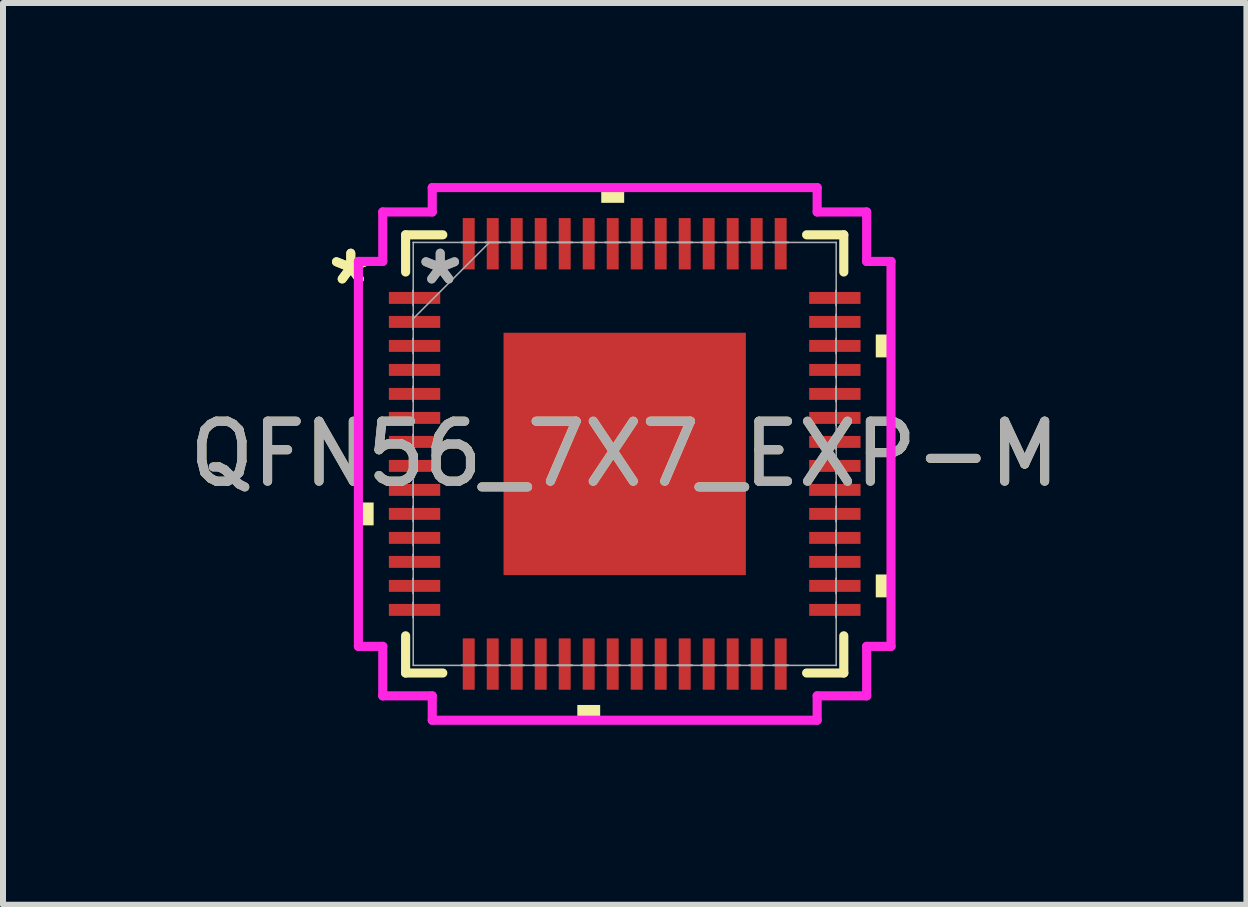
<source format=kicad_pcb>
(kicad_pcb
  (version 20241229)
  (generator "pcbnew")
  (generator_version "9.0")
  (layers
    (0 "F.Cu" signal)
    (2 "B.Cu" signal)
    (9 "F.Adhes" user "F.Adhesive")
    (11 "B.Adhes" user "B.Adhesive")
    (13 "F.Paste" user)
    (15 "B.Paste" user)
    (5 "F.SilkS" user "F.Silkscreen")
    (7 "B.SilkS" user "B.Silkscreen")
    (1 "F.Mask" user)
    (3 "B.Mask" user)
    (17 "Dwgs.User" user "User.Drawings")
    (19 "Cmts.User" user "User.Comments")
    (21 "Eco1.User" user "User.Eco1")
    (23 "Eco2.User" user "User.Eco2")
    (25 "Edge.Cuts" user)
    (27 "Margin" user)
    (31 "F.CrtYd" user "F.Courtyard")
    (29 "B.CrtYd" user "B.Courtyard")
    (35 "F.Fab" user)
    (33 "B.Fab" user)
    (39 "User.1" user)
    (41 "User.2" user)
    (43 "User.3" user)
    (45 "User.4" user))
  (footprint "QFN56_7X7_EXP-M"
    (layer "F.Cu")
    (at 7.363 4.516)
    (property "Reference" "QFN56_7X7_EXP-M" (at 0 0 0) (unlocked yes) (layer "F.SilkS") (effects (font (size 1 1) (thickness 0.15))))
    (attr smd)
    (fp_line (start -3.652 -3.652) (end -3.652 -3.032) (stroke (width 0.152) (type solid)) (layer "F.SilkS"))
    (fp_line (start -3.652 3.032) (end -3.652 3.652) (stroke (width 0.152) (type solid)) (layer "F.SilkS"))
    (fp_line (start -3.652 3.652) (end -3.032 3.652) (stroke (width 0.152) (type solid)) (layer "F.SilkS"))
    (fp_line (start -3.032 -3.652) (end -3.652 -3.652) (stroke (width 0.152) (type solid)) (layer "F.SilkS"))
    (fp_line (start 3.032 3.652) (end 3.652 3.652) (stroke (width 0.152) (type solid)) (layer "F.SilkS"))
    (fp_line (start 3.652 -3.652) (end 3.032 -3.652) (stroke (width 0.152) (type solid)) (layer "F.SilkS"))
    (fp_line (start 3.652 -3.032) (end 3.652 -3.652) (stroke (width 0.152) (type solid)) (layer "F.SilkS"))
    (fp_line (start 3.652 3.652) (end 3.652 3.032) (stroke (width 0.152) (type solid)) (layer "F.SilkS"))
    (fp_poly (pts (xy -4.439 0.81) (xy -4.439 1.191) (xy -4.185 1.191) (xy -4.185 0.81)) (stroke (width 0) (type solid)) (fill yes) (layer "F.SilkS"))
    (fp_poly (pts (xy -0.79 4.185) (xy -0.79 4.439) (xy -0.409 4.439) (xy -0.409 4.185)) (stroke (width 0) (type solid)) (fill yes) (layer "F.SilkS"))
    (fp_poly (pts (xy -0.391 -4.185) (xy -0.391 -4.439) (xy -0.009 -4.439) (xy -0.009 -4.185)) (stroke (width 0) (type solid)) (fill yes) (layer "F.SilkS"))
    (fp_poly (pts (xy 4.439 -1.99) (xy 4.439 -1.609) (xy 4.185 -1.609) (xy 4.185 -1.99)) (stroke (width 0) (type solid)) (fill yes) (layer "F.SilkS"))
    (fp_poly (pts (xy 4.439 2.01) (xy 4.439 2.391) (xy 4.185 2.391) (xy 4.185 2.01)) (stroke (width 0) (type solid)) (fill yes) (layer "F.SilkS"))
    (fp_poly (pts (xy -1.919 -1.919) (xy -1.919 -0.773) (xy -0.773 -0.773) (xy -0.773 -1.919)) (stroke (width 0) (type solid)) (fill yes) (layer "F.Paste"))
    (fp_poly (pts (xy -1.919 -0.573) (xy -1.919 0.573) (xy -0.773 0.573) (xy -0.773 -0.573)) (stroke (width 0) (type solid)) (fill yes) (layer "F.Paste"))
    (fp_poly (pts (xy -1.919 0.773) (xy -1.919 1.919) (xy -0.773 1.919) (xy -0.773 0.773)) (stroke (width 0) (type solid)) (fill yes) (layer "F.Paste"))
    (fp_poly (pts (xy -0.573 -1.919) (xy -0.573 -0.773) (xy 0.573 -0.773) (xy 0.573 -1.919)) (stroke (width 0) (type solid)) (fill yes) (layer "F.Paste"))
    (fp_poly (pts (xy -0.573 -0.573) (xy -0.573 0.573) (xy 0.573 0.573) (xy 0.573 -0.573)) (stroke (width 0) (type solid)) (fill yes) (layer "F.Paste"))
    (fp_poly (pts (xy -0.573 0.773) (xy -0.573 1.919) (xy 0.573 1.919) (xy 0.573 0.773)) (stroke (width 0) (type solid)) (fill yes) (layer "F.Paste"))
    (fp_poly (pts (xy 0.773 -1.919) (xy 0.773 -0.773) (xy 1.919 -0.773) (xy 1.919 -1.919)) (stroke (width 0) (type solid)) (fill yes) (layer "F.Paste"))
    (fp_poly (pts (xy 0.773 -0.573) (xy 0.773 0.573) (xy 1.919 0.573) (xy 1.919 -0.573)) (stroke (width 0) (type solid)) (fill yes) (layer "F.Paste"))
    (fp_poly (pts (xy 0.773 0.773) (xy 0.773 1.919) (xy 1.919 1.919) (xy 1.919 0.773)) (stroke (width 0) (type solid)) (fill yes) (layer "F.Paste"))
    (fp_line (start -4.439 -3.208) (end -4.033 -3.208) (stroke (width 0.152) (type solid)) (layer "F.CrtYd"))
    (fp_line (start -4.439 3.208) (end -4.439 -3.208) (stroke (width 0.152) (type solid)) (layer "F.CrtYd"))
    (fp_line (start -4.033 -4.033) (end -3.208 -4.033) (stroke (width 0.152) (type solid)) (layer "F.CrtYd"))
    (fp_line (start -4.033 -3.208) (end -4.033 -4.033) (stroke (width 0.152) (type solid)) (layer "F.CrtYd"))
    (fp_line (start -4.033 3.208) (end -4.439 3.208) (stroke (width 0.152) (type solid)) (layer "F.CrtYd"))
    (fp_line (start -4.033 4.033) (end -4.033 3.208) (stroke (width 0.152) (type solid)) (layer "F.CrtYd"))
    (fp_line (start -3.208 -4.439) (end 3.208 -4.439) (stroke (width 0.152) (type solid)) (layer "F.CrtYd"))
    (fp_line (start -3.208 -4.033) (end -3.208 -4.439) (stroke (width 0.152) (type solid)) (layer "F.CrtYd"))
    (fp_line (start -3.208 4.033) (end -4.033 4.033) (stroke (width 0.152) (type solid)) (layer "F.CrtYd"))
    (fp_line (start -3.208 4.439) (end -3.208 4.033) (stroke (width 0.152) (type solid)) (layer "F.CrtYd"))
    (fp_line (start 3.208 -4.439) (end 3.208 -4.033) (stroke (width 0.152) (type solid)) (layer "F.CrtYd"))
    (fp_line (start 3.208 -4.033) (end 4.033 -4.033) (stroke (width 0.152) (type solid)) (layer "F.CrtYd"))
    (fp_line (start 3.208 4.033) (end 3.208 4.439) (stroke (width 0.152) (type solid)) (layer "F.CrtYd"))
    (fp_line (start 3.208 4.439) (end -3.208 4.439) (stroke (width 0.152) (type solid)) (layer "F.CrtYd"))
    (fp_line (start 4.033 -4.033) (end 4.033 -3.208) (stroke (width 0.152) (type solid)) (layer "F.CrtYd"))
    (fp_line (start 4.033 -3.208) (end 4.439 -3.208) (stroke (width 0.152) (type solid)) (layer "F.CrtYd"))
    (fp_line (start 4.033 3.208) (end 4.033 4.033) (stroke (width 0.152) (type solid)) (layer "F.CrtYd"))
    (fp_line (start 4.033 4.033) (end 3.208 4.033) (stroke (width 0.152) (type solid)) (layer "F.CrtYd"))
    (fp_line (start 4.439 -3.208) (end 4.439 3.208) (stroke (width 0.152) (type solid)) (layer "F.CrtYd"))
    (fp_line (start 4.439 3.208) (end 4.033 3.208) (stroke (width 0.152) (type solid)) (layer "F.CrtYd"))
    (fp_line (start -3.525 -3.525) (end -3.525 -3.525) (stroke (width 0.025) (type solid)) (layer "F.Fab"))
    (fp_line (start -3.525 -3.525) (end -3.525 3.525) (stroke (width 0.025) (type solid)) (layer "F.Fab"))
    (fp_line (start -3.525 -2.725) (end -3.525 -2.725) (stroke (width 0.025) (type solid)) (layer "F.Fab"))
    (fp_line (start -3.525 -2.725) (end -3.525 -2.475) (stroke (width 0.025) (type solid)) (layer "F.Fab"))
    (fp_line (start -3.525 -2.475) (end -3.525 -2.725) (stroke (width 0.025) (type solid)) (layer "F.Fab"))
    (fp_line (start -3.525 -2.475) (end -3.525 -2.475) (stroke (width 0.025) (type solid)) (layer "F.Fab"))
    (fp_line (start -3.525 -2.325) (end -3.525 -2.325) (stroke (width 0.025) (type solid)) (layer "F.Fab"))
    (fp_line (start -3.525 -2.325) (end -3.525 -2.075) (stroke (width 0.025) (type solid)) (layer "F.Fab"))
    (fp_line (start -3.525 -2.255) (end -2.255 -3.525) (stroke (width 0.025) (type solid)) (layer "F.Fab"))
    (fp_line (start -3.525 -2.075) (end -3.525 -2.325) (stroke (width 0.025) (type solid)) (layer "F.Fab"))
    (fp_line (start -3.525 -2.075) (end -3.525 -2.075) (stroke (width 0.025) (type solid)) (layer "F.Fab"))
    (fp_line (start -3.525 -1.925) (end -3.525 -1.925) (stroke (width 0.025) (type solid)) (layer "F.Fab"))
    (fp_line (start -3.525 -1.925) (end -3.525 -1.675) (stroke (width 0.025) (type solid)) (layer "F.Fab"))
    (fp_line (start -3.525 -1.675) (end -3.525 -1.925) (stroke (width 0.025) (type solid)) (layer "F.Fab"))
    (fp_line (start -3.525 -1.675) (end -3.525 -1.675) (stroke (width 0.025) (type solid)) (layer "F.Fab"))
    (fp_line (start -3.525 -1.525) (end -3.525 -1.525) (stroke (width 0.025) (type solid)) (layer "F.Fab"))
    (fp_line (start -3.525 -1.525) (end -3.525 -1.275) (stroke (width 0.025) (type solid)) (layer "F.Fab"))
    (fp_line (start -3.525 -1.275) (end -3.525 -1.525) (stroke (width 0.025) (type solid)) (layer "F.Fab"))
    (fp_line (start -3.525 -1.275) (end -3.525 -1.275) (stroke (width 0.025) (type solid)) (layer "F.Fab"))
    (fp_line (start -3.525 -1.125) (end -3.525 -1.125) (stroke (width 0.025) (type solid)) (layer "F.Fab"))
    (fp_line (start -3.525 -1.125) (end -3.525 -0.875) (stroke (width 0.025) (type solid)) (layer "F.Fab"))
    (fp_line (start -3.525 -0.875) (end -3.525 -1.125) (stroke (width 0.025) (type solid)) (layer "F.Fab"))
    (fp_line (start -3.525 -0.875) (end -3.525 -0.875) (stroke (width 0.025) (type solid)) (layer "F.Fab"))
    (fp_line (start -3.525 -0.725) (end -3.525 -0.725) (stroke (width 0.025) (type solid)) (layer "F.Fab"))
    (fp_line (start -3.525 -0.725) (end -3.525 -0.475) (stroke (width 0.025) (type solid)) (layer "F.Fab"))
    (fp_line (start -3.525 -0.475) (end -3.525 -0.725) (stroke (width 0.025) (type solid)) (layer "F.Fab"))
    (fp_line (start -3.525 -0.475) (end -3.525 -0.475) (stroke (width 0.025) (type solid)) (layer "F.Fab"))
    (fp_line (start -3.525 -0.325) (end -3.525 -0.325) (stroke (width 0.025) (type solid)) (layer "F.Fab"))
    (fp_line (start -3.525 -0.325) (end -3.525 -0.075) (stroke (width 0.025) (type solid)) (layer "F.Fab"))
    (fp_line (start -3.525 -0.075) (end -3.525 -0.325) (stroke (width 0.025) (type solid)) (layer "F.Fab"))
    (fp_line (start -3.525 -0.075) (end -3.525 -0.075) (stroke (width 0.025) (type solid)) (layer "F.Fab"))
    (fp_line (start -3.525 0.075) (end -3.525 0.075) (stroke (width 0.025) (type solid)) (layer "F.Fab"))
    (fp_line (start -3.525 0.075) (end -3.525 0.325) (stroke (width 0.025) (type solid)) (layer "F.Fab"))
    (fp_line (start -3.525 0.325) (end -3.525 0.075) (stroke (width 0.025) (type solid)) (layer "F.Fab"))
    (fp_line (start -3.525 0.325) (end -3.525 0.325) (stroke (width 0.025) (type solid)) (layer "F.Fab"))
    (fp_line (start -3.525 0.475) (end -3.525 0.475) (stroke (width 0.025) (type solid)) (layer "F.Fab"))
    (fp_line (start -3.525 0.475) (end -3.525 0.725) (stroke (width 0.025) (type solid)) (layer "F.Fab"))
    (fp_line (start -3.525 0.725) (end -3.525 0.475) (stroke (width 0.025) (type solid)) (layer "F.Fab"))
    (fp_line (start -3.525 0.725) (end -3.525 0.725) (stroke (width 0.025) (type solid)) (layer "F.Fab"))
    (fp_line (start -3.525 0.875) (end -3.525 0.875) (stroke (width 0.025) (type solid)) (layer "F.Fab"))
    (fp_line (start -3.525 0.875) (end -3.525 1.125) (stroke (width 0.025) (type solid)) (layer "F.Fab"))
    (fp_line (start -3.525 1.125) (end -3.525 0.875) (stroke (width 0.025) (type solid)) (layer "F.Fab"))
    (fp_line (start -3.525 1.125) (end -3.525 1.125) (stroke (width 0.025) (type solid)) (layer "F.Fab"))
    (fp_line (start -3.525 1.275) (end -3.525 1.275) (stroke (width 0.025) (type solid)) (layer "F.Fab"))
    (fp_line (start -3.525 1.275) (end -3.525 1.525) (stroke (width 0.025) (type solid)) (layer "F.Fab"))
    (fp_line (start -3.525 1.525) (end -3.525 1.275) (stroke (width 0.025) (type solid)) (layer "F.Fab"))
    (fp_line (start -3.525 1.525) (end -3.525 1.525) (stroke (width 0.025) (type solid)) (layer "F.Fab"))
    (fp_line (start -3.525 1.675) (end -3.525 1.675) (stroke (width 0.025) (type solid)) (layer "F.Fab"))
    (fp_line (start -3.525 1.675) (end -3.525 1.925) (stroke (width 0.025) (type solid)) (layer "F.Fab"))
    (fp_line (start -3.525 1.925) (end -3.525 1.675) (stroke (width 0.025) (type solid)) (layer "F.Fab"))
    (fp_line (start -3.525 1.925) (end -3.525 1.925) (stroke (width 0.025) (type solid)) (layer "F.Fab"))
    (fp_line (start -3.525 2.075) (end -3.525 2.075) (stroke (width 0.025) (type solid)) (layer "F.Fab"))
    (fp_line (start -3.525 2.075) (end -3.525 2.325) (stroke (width 0.025) (type solid)) (layer "F.Fab"))
    (fp_line (start -3.525 2.325) (end -3.525 2.075) (stroke (width 0.025) (type solid)) (layer "F.Fab"))
    (fp_line (start -3.525 2.325) (end -3.525 2.325) (stroke (width 0.025) (type solid)) (layer "F.Fab"))
    (fp_line (start -3.525 2.475) (end -3.525 2.475) (stroke (width 0.025) (type solid)) (layer "F.Fab"))
    (fp_line (start -3.525 2.475) (end -3.525 2.725) (stroke (width 0.025) (type solid)) (layer "F.Fab"))
    (fp_line (start -3.525 2.725) (end -3.525 2.475) (stroke (width 0.025) (type solid)) (layer "F.Fab"))
    (fp_line (start -3.525 2.725) (end -3.525 2.725) (stroke (width 0.025) (type solid)) (layer "F.Fab"))
    (fp_line (start -3.525 3.525) (end -3.525 3.525) (stroke (width 0.025) (type solid)) (layer "F.Fab"))
    (fp_line (start -3.525 3.525) (end 3.525 3.525) (stroke (width 0.025) (type solid)) (layer "F.Fab"))
    (fp_line (start -2.725 -3.525) (end -2.725 -3.525) (stroke (width 0.025) (type solid)) (layer "F.Fab"))
    (fp_line (start -2.725 -3.525) (end -2.475 -3.525) (stroke (width 0.025) (type solid)) (layer "F.Fab"))
    (fp_line (start -2.725 3.525) (end -2.725 3.525) (stroke (width 0.025) (type solid)) (layer "F.Fab"))
    (fp_line (start -2.725 3.525) (end -2.475 3.525) (stroke (width 0.025) (type solid)) (layer "F.Fab"))
    (fp_line (start -2.475 -3.525) (end -2.725 -3.525) (stroke (width 0.025) (type solid)) (layer "F.Fab"))
    (fp_line (start -2.475 -3.525) (end -2.475 -3.525) (stroke (width 0.025) (type solid)) (layer "F.Fab"))
    (fp_line (start -2.475 3.525) (end -2.725 3.525) (stroke (width 0.025) (type solid)) (layer "F.Fab"))
    (fp_line (start -2.475 3.525) (end -2.475 3.525) (stroke (width 0.025) (type solid)) (layer "F.Fab"))
    (fp_line (start -2.325 -3.525) (end -2.325 -3.525) (stroke (width 0.025) (type solid)) (layer "F.Fab"))
    (fp_line (start -2.325 -3.525) (end -2.075 -3.525) (stroke (width 0.025) (type solid)) (layer "F.Fab"))
    (fp_line (start -2.325 3.525) (end -2.325 3.525) (stroke (width 0.025) (type solid)) (layer "F.Fab"))
    (fp_line (start -2.325 3.525) (end -2.075 3.525) (stroke (width 0.025) (type solid)) (layer "F.Fab"))
    (fp_line (start -2.075 -3.525) (end -2.325 -3.525) (stroke (width 0.025) (type solid)) (layer "F.Fab"))
    (fp_line (start -2.075 -3.525) (end -2.075 -3.525) (stroke (width 0.025) (type solid)) (layer "F.Fab"))
    (fp_line (start -2.075 3.525) (end -2.325 3.525) (stroke (width 0.025) (type solid)) (layer "F.Fab"))
    (fp_line (start -2.075 3.525) (end -2.075 3.525) (stroke (width 0.025) (type solid)) (layer "F.Fab"))
    (fp_line (start -1.925 -3.525) (end -1.925 -3.525) (stroke (width 0.025) (type solid)) (layer "F.Fab"))
    (fp_line (start -1.925 -3.525) (end -1.675 -3.525) (stroke (width 0.025) (type solid)) (layer "F.Fab"))
    (fp_line (start -1.925 3.525) (end -1.925 3.525) (stroke (width 0.025) (type solid)) (layer "F.Fab"))
    (fp_line (start -1.925 3.525) (end -1.675 3.525) (stroke (width 0.025) (type solid)) (layer "F.Fab"))
    (fp_line (start -1.675 -3.525) (end -1.925 -3.525) (stroke (width 0.025) (type solid)) (layer "F.Fab"))
    (fp_line (start -1.675 -3.525) (end -1.675 -3.525) (stroke (width 0.025) (type solid)) (layer "F.Fab"))
    (fp_line (start -1.675 3.525) (end -1.925 3.525) (stroke (width 0.025) (type solid)) (layer "F.Fab"))
    (fp_line (start -1.675 3.525) (end -1.675 3.525) (stroke (width 0.025) (type solid)) (layer "F.Fab"))
    (fp_line (start -1.525 -3.525) (end -1.525 -3.525) (stroke (width 0.025) (type solid)) (layer "F.Fab"))
    (fp_line (start -1.525 -3.525) (end -1.275 -3.525) (stroke (width 0.025) (type solid)) (layer "F.Fab"))
    (fp_line (start -1.525 3.525) (end -1.525 3.525) (stroke (width 0.025) (type solid)) (layer "F.Fab"))
    (fp_line (start -1.525 3.525) (end -1.275 3.525) (stroke (width 0.025) (type solid)) (layer "F.Fab"))
    (fp_line (start -1.275 -3.525) (end -1.525 -3.525) (stroke (width 0.025) (type solid)) (layer "F.Fab"))
    (fp_line (start -1.275 -3.525) (end -1.275 -3.525) (stroke (width 0.025) (type solid)) (layer "F.Fab"))
    (fp_line (start -1.275 3.525) (end -1.525 3.525) (stroke (width 0.025) (type solid)) (layer "F.Fab"))
    (fp_line (start -1.275 3.525) (end -1.275 3.525) (stroke (width 0.025) (type solid)) (layer "F.Fab"))
    (fp_line (start -1.125 -3.525) (end -1.125 -3.525) (stroke (width 0.025) (type solid)) (layer "F.Fab"))
    (fp_line (start -1.125 -3.525) (end -0.875 -3.525) (stroke (width 0.025) (type solid)) (layer "F.Fab"))
    (fp_line (start -1.125 3.525) (end -1.125 3.525) (stroke (width 0.025) (type solid)) (layer "F.Fab"))
    (fp_line (start -1.125 3.525) (end -0.875 3.525) (stroke (width 0.025) (type solid)) (layer "F.Fab"))
    (fp_line (start -0.875 -3.525) (end -1.125 -3.525) (stroke (width 0.025) (type solid)) (layer "F.Fab"))
    (fp_line (start -0.875 -3.525) (end -0.875 -3.525) (stroke (width 0.025) (type solid)) (layer "F.Fab"))
    (fp_line (start -0.875 3.525) (end -1.125 3.525) (stroke (width 0.025) (type solid)) (layer "F.Fab"))
    (fp_line (start -0.875 3.525) (end -0.875 3.525) (stroke (width 0.025) (type solid)) (layer "F.Fab"))
    (fp_line (start -0.725 -3.525) (end -0.725 -3.525) (stroke (width 0.025) (type solid)) (layer "F.Fab"))
    (fp_line (start -0.725 -3.525) (end -0.475 -3.525) (stroke (width 0.025) (type solid)) (layer "F.Fab"))
    (fp_line (start -0.725 3.525) (end -0.725 3.525) (stroke (width 0.025) (type solid)) (layer "F.Fab"))
    (fp_line (start -0.725 3.525) (end -0.475 3.525) (stroke (width 0.025) (type solid)) (layer "F.Fab"))
    (fp_line (start -0.475 -3.525) (end -0.725 -3.525) (stroke (width 0.025) (type solid)) (layer "F.Fab"))
    (fp_line (start -0.475 -3.525) (end -0.475 -3.525) (stroke (width 0.025) (type solid)) (layer "F.Fab"))
    (fp_line (start -0.475 3.525) (end -0.725 3.525) (stroke (width 0.025) (type solid)) (layer "F.Fab"))
    (fp_line (start -0.475 3.525) (end -0.475 3.525) (stroke (width 0.025) (type solid)) (layer "F.Fab"))
    (fp_line (start -0.325 -3.525) (end -0.325 -3.525) (stroke (width 0.025) (type solid)) (layer "F.Fab"))
    (fp_line (start -0.325 -3.525) (end -0.075 -3.525) (stroke (width 0.025) (type solid)) (layer "F.Fab"))
    (fp_line (start -0.325 3.525) (end -0.325 3.525) (stroke (width 0.025) (type solid)) (layer "F.Fab"))
    (fp_line (start -0.325 3.525) (end -0.075 3.525) (stroke (width 0.025) (type solid)) (layer "F.Fab"))
    (fp_line (start -0.075 -3.525) (end -0.325 -3.525) (stroke (width 0.025) (type solid)) (layer "F.Fab"))
    (fp_line (start -0.075 -3.525) (end -0.075 -3.525) (stroke (width 0.025) (type solid)) (layer "F.Fab"))
    (fp_line (start -0.075 3.525) (end -0.325 3.525) (stroke (width 0.025) (type solid)) (layer "F.Fab"))
    (fp_line (start -0.075 3.525) (end -0.075 3.525) (stroke (width 0.025) (type solid)) (layer "F.Fab"))
    (fp_line (start 0.075 -3.525) (end 0.075 -3.525) (stroke (width 0.025) (type solid)) (layer "F.Fab"))
    (fp_line (start 0.075 -3.525) (end 0.325 -3.525) (stroke (width 0.025) (type solid)) (layer "F.Fab"))
    (fp_line (start 0.075 3.525) (end 0.075 3.525) (stroke (width 0.025) (type solid)) (layer "F.Fab"))
    (fp_line (start 0.075 3.525) (end 0.325 3.525) (stroke (width 0.025) (type solid)) (layer "F.Fab"))
    (fp_line (start 0.325 -3.525) (end 0.075 -3.525) (stroke (width 0.025) (type solid)) (layer "F.Fab"))
    (fp_line (start 0.325 -3.525) (end 0.325 -3.525) (stroke (width 0.025) (type solid)) (layer "F.Fab"))
    (fp_line (start 0.325 3.525) (end 0.075 3.525) (stroke (width 0.025) (type solid)) (layer "F.Fab"))
    (fp_line (start 0.325 3.525) (end 0.325 3.525) (stroke (width 0.025) (type solid)) (layer "F.Fab"))
    (fp_line (start 0.475 -3.525) (end 0.475 -3.525) (stroke (width 0.025) (type solid)) (layer "F.Fab"))
    (fp_line (start 0.475 -3.525) (end 0.725 -3.525) (stroke (width 0.025) (type solid)) (layer "F.Fab"))
    (fp_line (start 0.475 3.525) (end 0.475 3.525) (stroke (width 0.025) (type solid)) (layer "F.Fab"))
    (fp_line (start 0.475 3.525) (end 0.725 3.525) (stroke (width 0.025) (type solid)) (layer "F.Fab"))
    (fp_line (start 0.725 -3.525) (end 0.475 -3.525) (stroke (width 0.025) (type solid)) (layer "F.Fab"))
    (fp_line (start 0.725 -3.525) (end 0.725 -3.525) (stroke (width 0.025) (type solid)) (layer "F.Fab"))
    (fp_line (start 0.725 3.525) (end 0.475 3.525) (stroke (width 0.025) (type solid)) (layer "F.Fab"))
    (fp_line (start 0.725 3.525) (end 0.725 3.525) (stroke (width 0.025) (type solid)) (layer "F.Fab"))
    (fp_line (start 0.875 -3.525) (end 0.875 -3.525) (stroke (width 0.025) (type solid)) (layer "F.Fab"))
    (fp_line (start 0.875 -3.525) (end 1.125 -3.525) (stroke (width 0.025) (type solid)) (layer "F.Fab"))
    (fp_line (start 0.875 3.525) (end 0.875 3.525) (stroke (width 0.025) (type solid)) (layer "F.Fab"))
    (fp_line (start 0.875 3.525) (end 1.125 3.525) (stroke (width 0.025) (type solid)) (layer "F.Fab"))
    (fp_line (start 1.125 -3.525) (end 0.875 -3.525) (stroke (width 0.025) (type solid)) (layer "F.Fab"))
    (fp_line (start 1.125 -3.525) (end 1.125 -3.525) (stroke (width 0.025) (type solid)) (layer "F.Fab"))
    (fp_line (start 1.125 3.525) (end 0.875 3.525) (stroke (width 0.025) (type solid)) (layer "F.Fab"))
    (fp_line (start 1.125 3.525) (end 1.125 3.525) (stroke (width 0.025) (type solid)) (layer "F.Fab"))
    (fp_line (start 1.275 -3.525) (end 1.275 -3.525) (stroke (width 0.025) (type solid)) (layer "F.Fab"))
    (fp_line (start 1.275 -3.525) (end 1.525 -3.525) (stroke (width 0.025) (type solid)) (layer "F.Fab"))
    (fp_line (start 1.275 3.525) (end 1.275 3.525) (stroke (width 0.025) (type solid)) (layer "F.Fab"))
    (fp_line (start 1.275 3.525) (end 1.525 3.525) (stroke (width 0.025) (type solid)) (layer "F.Fab"))
    (fp_line (start 1.525 -3.525) (end 1.275 -3.525) (stroke (width 0.025) (type solid)) (layer "F.Fab"))
    (fp_line (start 1.525 -3.525) (end 1.525 -3.525) (stroke (width 0.025) (type solid)) (layer "F.Fab"))
    (fp_line (start 1.525 3.525) (end 1.275 3.525) (stroke (width 0.025) (type solid)) (layer "F.Fab"))
    (fp_line (start 1.525 3.525) (end 1.525 3.525) (stroke (width 0.025) (type solid)) (layer "F.Fab"))
    (fp_line (start 1.675 -3.525) (end 1.675 -3.525) (stroke (width 0.025) (type solid)) (layer "F.Fab"))
    (fp_line (start 1.675 -3.525) (end 1.925 -3.525) (stroke (width 0.025) (type solid)) (layer "F.Fab"))
    (fp_line (start 1.675 3.525) (end 1.675 3.525) (stroke (width 0.025) (type solid)) (layer "F.Fab"))
    (fp_line (start 1.675 3.525) (end 1.925 3.525) (stroke (width 0.025) (type solid)) (layer "F.Fab"))
    (fp_line (start 1.925 -3.525) (end 1.675 -3.525) (stroke (width 0.025) (type solid)) (layer "F.Fab"))
    (fp_line (start 1.925 -3.525) (end 1.925 -3.525) (stroke (width 0.025) (type solid)) (layer "F.Fab"))
    (fp_line (start 1.925 3.525) (end 1.675 3.525) (stroke (width 0.025) (type solid)) (layer "F.Fab"))
    (fp_line (start 1.925 3.525) (end 1.925 3.525) (stroke (width 0.025) (type solid)) (layer "F.Fab"))
    (fp_line (start 2.075 -3.525) (end 2.075 -3.525) (stroke (width 0.025) (type solid)) (layer "F.Fab"))
    (fp_line (start 2.075 -3.525) (end 2.325 -3.525) (stroke (width 0.025) (type solid)) (layer "F.Fab"))
    (fp_line (start 2.075 3.525) (end 2.075 3.525) (stroke (width 0.025) (type solid)) (layer "F.Fab"))
    (fp_line (start 2.075 3.525) (end 2.325 3.525) (stroke (width 0.025) (type solid)) (layer "F.Fab"))
    (fp_line (start 2.325 -3.525) (end 2.075 -3.525) (stroke (width 0.025) (type solid)) (layer "F.Fab"))
    (fp_line (start 2.325 -3.525) (end 2.325 -3.525) (stroke (width 0.025) (type solid)) (layer "F.Fab"))
    (fp_line (start 2.325 3.525) (end 2.075 3.525) (stroke (width 0.025) (type solid)) (layer "F.Fab"))
    (fp_line (start 2.325 3.525) (end 2.325 3.525) (stroke (width 0.025) (type solid)) (layer "F.Fab"))
    (fp_line (start 2.475 -3.525) (end 2.475 -3.525) (stroke (width 0.025) (type solid)) (layer "F.Fab"))
    (fp_line (start 2.475 -3.525) (end 2.725 -3.525) (stroke (width 0.025) (type solid)) (layer "F.Fab"))
    (fp_line (start 2.475 3.525) (end 2.475 3.525) (stroke (width 0.025) (type solid)) (layer "F.Fab"))
    (fp_line (start 2.475 3.525) (end 2.725 3.525) (stroke (width 0.025) (type solid)) (layer "F.Fab"))
    (fp_line (start 2.725 -3.525) (end 2.475 -3.525) (stroke (width 0.025) (type solid)) (layer "F.Fab"))
    (fp_line (start 2.725 -3.525) (end 2.725 -3.525) (stroke (width 0.025) (type solid)) (layer "F.Fab"))
    (fp_line (start 2.725 3.525) (end 2.475 3.525) (stroke (width 0.025) (type solid)) (layer "F.Fab"))
    (fp_line (start 2.725 3.525) (end 2.725 3.525) (stroke (width 0.025) (type solid)) (layer "F.Fab"))
    (fp_line (start 3.525 -3.525) (end -3.525 -3.525) (stroke (width 0.025) (type solid)) (layer "F.Fab"))
    (fp_line (start 3.525 -3.525) (end 3.525 -3.525) (stroke (width 0.025) (type solid)) (layer "F.Fab"))
    (fp_line (start 3.525 -2.725) (end 3.525 -2.725) (stroke (width 0.025) (type solid)) (layer "F.Fab"))
    (fp_line (start 3.525 -2.725) (end 3.525 -2.475) (stroke (width 0.025) (type solid)) (layer "F.Fab"))
    (fp_line (start 3.525 -2.475) (end 3.525 -2.725) (stroke (width 0.025) (type solid)) (layer "F.Fab"))
    (fp_line (start 3.525 -2.475) (end 3.525 -2.475) (stroke (width 0.025) (type solid)) (layer "F.Fab"))
    (fp_line (start 3.525 -2.325) (end 3.525 -2.325) (stroke (width 0.025) (type solid)) (layer "F.Fab"))
    (fp_line (start 3.525 -2.325) (end 3.525 -2.075) (stroke (width 0.025) (type solid)) (layer "F.Fab"))
    (fp_line (start 3.525 -2.075) (end 3.525 -2.325) (stroke (width 0.025) (type solid)) (layer "F.Fab"))
    (fp_line (start 3.525 -2.075) (end 3.525 -2.075) (stroke (width 0.025) (type solid)) (layer "F.Fab"))
    (fp_line (start 3.525 -1.925) (end 3.525 -1.925) (stroke (width 0.025) (type solid)) (layer "F.Fab"))
    (fp_line (start 3.525 -1.925) (end 3.525 -1.675) (stroke (width 0.025) (type solid)) (layer "F.Fab"))
    (fp_line (start 3.525 -1.675) (end 3.525 -1.925) (stroke (width 0.025) (type solid)) (layer "F.Fab"))
    (fp_line (start 3.525 -1.675) (end 3.525 -1.675) (stroke (width 0.025) (type solid)) (layer "F.Fab"))
    (fp_line (start 3.525 -1.525) (end 3.525 -1.525) (stroke (width 0.025) (type solid)) (layer "F.Fab"))
    (fp_line (start 3.525 -1.525) (end 3.525 -1.275) (stroke (width 0.025) (type solid)) (layer "F.Fab"))
    (fp_line (start 3.525 -1.275) (end 3.525 -1.525) (stroke (width 0.025) (type solid)) (layer "F.Fab"))
    (fp_line (start 3.525 -1.275) (end 3.525 -1.275) (stroke (width 0.025) (type solid)) (layer "F.Fab"))
    (fp_line (start 3.525 -1.125) (end 3.525 -1.125) (stroke (width 0.025) (type solid)) (layer "F.Fab"))
    (fp_line (start 3.525 -1.125) (end 3.525 -0.875) (stroke (width 0.025) (type solid)) (layer "F.Fab"))
    (fp_line (start 3.525 -0.875) (end 3.525 -1.125) (stroke (width 0.025) (type solid)) (layer "F.Fab"))
    (fp_line (start 3.525 -0.875) (end 3.525 -0.875) (stroke (width 0.025) (type solid)) (layer "F.Fab"))
    (fp_line (start 3.525 -0.725) (end 3.525 -0.725) (stroke (width 0.025) (type solid)) (layer "F.Fab"))
    (fp_line (start 3.525 -0.725) (end 3.525 -0.475) (stroke (width 0.025) (type solid)) (layer "F.Fab"))
    (fp_line (start 3.525 -0.475) (end 3.525 -0.725) (stroke (width 0.025) (type solid)) (layer "F.Fab"))
    (fp_line (start 3.525 -0.475) (end 3.525 -0.475) (stroke (width 0.025) (type solid)) (layer "F.Fab"))
    (fp_line (start 3.525 -0.325) (end 3.525 -0.325) (stroke (width 0.025) (type solid)) (layer "F.Fab"))
    (fp_line (start 3.525 -0.325) (end 3.525 -0.075) (stroke (width 0.025) (type solid)) (layer "F.Fab"))
    (fp_line (start 3.525 -0.075) (end 3.525 -0.325) (stroke (width 0.025) (type solid)) (layer "F.Fab"))
    (fp_line (start 3.525 -0.075) (end 3.525 -0.075) (stroke (width 0.025) (type solid)) (layer "F.Fab"))
    (fp_line (start 3.525 0.075) (end 3.525 0.075) (stroke (width 0.025) (type solid)) (layer "F.Fab"))
    (fp_line (start 3.525 0.075) (end 3.525 0.325) (stroke (width 0.025) (type solid)) (layer "F.Fab"))
    (fp_line (start 3.525 0.325) (end 3.525 0.075) (stroke (width 0.025) (type solid)) (layer "F.Fab"))
    (fp_line (start 3.525 0.325) (end 3.525 0.325) (stroke (width 0.025) (type solid)) (layer "F.Fab"))
    (fp_line (start 3.525 0.475) (end 3.525 0.475) (stroke (width 0.025) (type solid)) (layer "F.Fab"))
    (fp_line (start 3.525 0.475) (end 3.525 0.725) (stroke (width 0.025) (type solid)) (layer "F.Fab"))
    (fp_line (start 3.525 0.725) (end 3.525 0.475) (stroke (width 0.025) (type solid)) (layer "F.Fab"))
    (fp_line (start 3.525 0.725) (end 3.525 0.725) (stroke (width 0.025) (type solid)) (layer "F.Fab"))
    (fp_line (start 3.525 0.875) (end 3.525 0.875) (stroke (width 0.025) (type solid)) (layer "F.Fab"))
    (fp_line (start 3.525 0.875) (end 3.525 1.125) (stroke (width 0.025) (type solid)) (layer "F.Fab"))
    (fp_line (start 3.525 1.125) (end 3.525 0.875) (stroke (width 0.025) (type solid)) (layer "F.Fab"))
    (fp_line (start 3.525 1.125) (end 3.525 1.125) (stroke (width 0.025) (type solid)) (layer "F.Fab"))
    (fp_line (start 3.525 1.275) (end 3.525 1.275) (stroke (width 0.025) (type solid)) (layer "F.Fab"))
    (fp_line (start 3.525 1.275) (end 3.525 1.525) (stroke (width 0.025) (type solid)) (layer "F.Fab"))
    (fp_line (start 3.525 1.525) (end 3.525 1.275) (stroke (width 0.025) (type solid)) (layer "F.Fab"))
    (fp_line (start 3.525 1.525) (end 3.525 1.525) (stroke (width 0.025) (type solid)) (layer "F.Fab"))
    (fp_line (start 3.525 1.675) (end 3.525 1.675) (stroke (width 0.025) (type solid)) (layer "F.Fab"))
    (fp_line (start 3.525 1.675) (end 3.525 1.925) (stroke (width 0.025) (type solid)) (layer "F.Fab"))
    (fp_line (start 3.525 1.925) (end 3.525 1.675) (stroke (width 0.025) (type solid)) (layer "F.Fab"))
    (fp_line (start 3.525 1.925) (end 3.525 1.925) (stroke (width 0.025) (type solid)) (layer "F.Fab"))
    (fp_line (start 3.525 2.075) (end 3.525 2.075) (stroke (width 0.025) (type solid)) (layer "F.Fab"))
    (fp_line (start 3.525 2.075) (end 3.525 2.325) (stroke (width 0.025) (type solid)) (layer "F.Fab"))
    (fp_line (start 3.525 2.325) (end 3.525 2.075) (stroke (width 0.025) (type solid)) (layer "F.Fab"))
    (fp_line (start 3.525 2.325) (end 3.525 2.325) (stroke (width 0.025) (type solid)) (layer "F.Fab"))
    (fp_line (start 3.525 2.475) (end 3.525 2.475) (stroke (width 0.025) (type solid)) (layer "F.Fab"))
    (fp_line (start 3.525 2.475) (end 3.525 2.725) (stroke (width 0.025) (type solid)) (layer "F.Fab"))
    (fp_line (start 3.525 2.725) (end 3.525 2.475) (stroke (width 0.025) (type solid)) (layer "F.Fab"))
    (fp_line (start 3.525 2.725) (end 3.525 2.725) (stroke (width 0.025) (type solid)) (layer "F.Fab"))
    (fp_line (start 3.525 3.525) (end 3.525 -3.525) (stroke (width 0.025) (type solid)) (layer "F.Fab"))
    (fp_line (start 3.525 3.525) (end 3.525 3.525) (stroke (width 0.025) (type solid)) (layer "F.Fab"))
    (fp_text user "*" (at -4.566 -2.8 0) (unlocked yes) (layer "F.SilkS") (effects (font (size 1 1) (thickness 0.15))))
    (fp_text user "*" (at -4.566 -2.8 0) (layer "F.SilkS") (effects (font (size 1 1) (thickness 0.15))))
    (fp_text user "*" (at -3.075 -2.8 0) (layer "F.Fab") (effects (font (size 1 1) (thickness 0.15))))
    (fp_text user "${REFERENCE}" (at 0 0 0) (unlocked yes) (layer "F.Fab") (effects (font (size 1 1) (thickness 0.15))))
    (fp_text user "*" (at -3.075 -2.8 0) (unlocked yes) (layer "F.Fab") (effects (font (size 1 1) (thickness 0.15))))
    (pad "1" smd rect (at -3.503 -2.6 90) (size 0.199 0.856) (layers "F.Cu" "F.Mask" "F.Paste"))
    (pad "2" smd rect (at -3.503 -2.2 90) (size 0.199 0.856) (layers "F.Cu" "F.Mask" "F.Paste"))
    (pad "3" smd rect (at -3.503 -1.8 90) (size 0.199 0.856) (layers "F.Cu" "F.Mask" "F.Paste"))
    (pad "4" smd rect (at -3.503 -1.4 90) (size 0.199 0.856) (layers "F.Cu" "F.Mask" "F.Paste"))
    (pad "5" smd rect (at -3.503 -1 90) (size 0.199 0.856) (layers "F.Cu" "F.Mask" "F.Paste"))
    (pad "6" smd rect (at -3.503 -0.6 90) (size 0.199 0.856) (layers "F.Cu" "F.Mask" "F.Paste"))
    (pad "7" smd rect (at -3.503 -0.2 90) (size 0.199 0.856) (layers "F.Cu" "F.Mask" "F.Paste"))
    (pad "8" smd rect (at -3.503 0.2 90) (size 0.199 0.856) (layers "F.Cu" "F.Mask" "F.Paste"))
    (pad "9" smd rect (at -3.503 0.6 90) (size 0.199 0.856) (layers "F.Cu" "F.Mask" "F.Paste"))
    (pad "10" smd rect (at -3.503 1 90) (size 0.199 0.856) (layers "F.Cu" "F.Mask" "F.Paste"))
    (pad "11" smd rect (at -3.503 1.4 90) (size 0.199 0.856) (layers "F.Cu" "F.Mask" "F.Paste"))
    (pad "12" smd rect (at -3.503 1.8 90) (size 0.199 0.856) (layers "F.Cu" "F.Mask" "F.Paste"))
    (pad "13" smd rect (at -3.503 2.2 90) (size 0.199 0.856) (layers "F.Cu" "F.Mask" "F.Paste"))
    (pad "14" smd rect (at -3.503 2.6 90) (size 0.199 0.856) (layers "F.Cu" "F.Mask" "F.Paste"))
    (pad "15" smd rect (at -2.6 3.503) (size 0.199 0.856) (layers "F.Cu" "F.Mask" "F.Paste"))
    (pad "16" smd rect (at -2.2 3.503) (size 0.199 0.856) (layers "F.Cu" "F.Mask" "F.Paste"))
    (pad "17" smd rect (at -1.8 3.503) (size 0.199 0.856) (layers "F.Cu" "F.Mask" "F.Paste"))
    (pad "18" smd rect (at -1.4 3.503) (size 0.199 0.856) (layers "F.Cu" "F.Mask" "F.Paste"))
    (pad "19" smd rect (at -1 3.503) (size 0.199 0.856) (layers "F.Cu" "F.Mask" "F.Paste"))
    (pad "20" smd rect (at -0.6 3.503) (size 0.199 0.856) (layers "F.Cu" "F.Mask" "F.Paste"))
    (pad "21" smd rect (at -0.2 3.503) (size 0.199 0.856) (layers "F.Cu" "F.Mask" "F.Paste"))
    (pad "22" smd rect (at 0.2 3.503) (size 0.199 0.856) (layers "F.Cu" "F.Mask" "F.Paste"))
    (pad "23" smd rect (at 0.6 3.503) (size 0.199 0.856) (layers "F.Cu" "F.Mask" "F.Paste"))
    (pad "24" smd rect (at 1 3.503) (size 0.199 0.856) (layers "F.Cu" "F.Mask" "F.Paste"))
    (pad "25" smd rect (at 1.4 3.503) (size 0.199 0.856) (layers "F.Cu" "F.Mask" "F.Paste"))
    (pad "26" smd rect (at 1.8 3.503) (size 0.199 0.856) (layers "F.Cu" "F.Mask" "F.Paste"))
    (pad "27" smd rect (at 2.2 3.503) (size 0.199 0.856) (layers "F.Cu" "F.Mask" "F.Paste"))
    (pad "28" smd rect (at 2.6 3.503) (size 0.199 0.856) (layers "F.Cu" "F.Mask" "F.Paste"))
    (pad "29" smd rect (at 3.503 2.6 90) (size 0.199 0.856) (layers "F.Cu" "F.Mask" "F.Paste"))
    (pad "30" smd rect (at 3.503 2.2 90) (size 0.199 0.856) (layers "F.Cu" "F.Mask" "F.Paste"))
    (pad "31" smd rect (at 3.503 1.8 90) (size 0.199 0.856) (layers "F.Cu" "F.Mask" "F.Paste"))
    (pad "32" smd rect (at 3.503 1.4 90) (size 0.199 0.856) (layers "F.Cu" "F.Mask" "F.Paste"))
    (pad "33" smd rect (at 3.503 1 90) (size 0.199 0.856) (layers "F.Cu" "F.Mask" "F.Paste"))
    (pad "34" smd rect (at 3.503 0.6 90) (size 0.199 0.856) (layers "F.Cu" "F.Mask" "F.Paste"))
    (pad "35" smd rect (at 3.503 0.2 90) (size 0.199 0.856) (layers "F.Cu" "F.Mask" "F.Paste"))
    (pad "36" smd rect (at 3.503 -0.2 90) (size 0.199 0.856) (layers "F.Cu" "F.Mask" "F.Paste"))
    (pad "37" smd rect (at 3.503 -0.6 90) (size 0.199 0.856) (layers "F.Cu" "F.Mask" "F.Paste"))
    (pad "38" smd rect (at 3.503 -1 90) (size 0.199 0.856) (layers "F.Cu" "F.Mask" "F.Paste"))
    (pad "39" smd rect (at 3.503 -1.4 90) (size 0.199 0.856) (layers "F.Cu" "F.Mask" "F.Paste"))
    (pad "40" smd rect (at 3.503 -1.8 90) (size 0.199 0.856) (layers "F.Cu" "F.Mask" "F.Paste"))
    (pad "41" smd rect (at 3.503 -2.2 90) (size 0.199 0.856) (layers "F.Cu" "F.Mask" "F.Paste"))
    (pad "42" smd rect (at 3.503 -2.6 90) (size 0.199 0.856) (layers "F.Cu" "F.Mask" "F.Paste"))
    (pad "43" smd rect (at 2.6 -3.503) (size 0.199 0.856) (layers "F.Cu" "F.Mask" "F.Paste"))
    (pad "44" smd rect (at 2.2 -3.503) (size 0.199 0.856) (layers "F.Cu" "F.Mask" "F.Paste"))
    (pad "45" smd rect (at 1.8 -3.503) (size 0.199 0.856) (layers "F.Cu" "F.Mask" "F.Paste"))
    (pad "46" smd rect (at 1.4 -3.503) (size 0.199 0.856) (layers "F.Cu" "F.Mask" "F.Paste"))
    (pad "47" smd rect (at 1 -3.503) (size 0.199 0.856) (layers "F.Cu" "F.Mask" "F.Paste"))
    (pad "48" smd rect (at 0.6 -3.503) (size 0.199 0.856) (layers "F.Cu" "F.Mask" "F.Paste"))
    (pad "49" smd rect (at 0.2 -3.503) (size 0.199 0.856) (layers "F.Cu" "F.Mask" "F.Paste"))
    (pad "50" smd rect (at -0.2 -3.503) (size 0.199 0.856) (layers "F.Cu" "F.Mask" "F.Paste"))
    (pad "51" smd rect (at -0.6 -3.503) (size 0.199 0.856) (layers "F.Cu" "F.Mask" "F.Paste"))
    (pad "52" smd rect (at -1 -3.503) (size 0.199 0.856) (layers "F.Cu" "F.Mask" "F.Paste"))
    (pad "53" smd rect (at -1.4 -3.503) (size 0.199 0.856) (layers "F.Cu" "F.Mask" "F.Paste"))
    (pad "54" smd rect (at -1.8 -3.503) (size 0.199 0.856) (layers "F.Cu" "F.Mask" "F.Paste"))
    (pad "55" smd rect (at -2.2 -3.503) (size 0.199 0.856) (layers "F.Cu" "F.Mask" "F.Paste"))
    (pad "56" smd rect (at -2.6 -3.503) (size 0.199 0.856) (layers "F.Cu" "F.Mask" "F.Paste"))
    (pad "57" smd rect (at 0 0) (size 4.039 4.039) (layers "F.Cu" "F.Mask" "F.Paste")))
  (gr_rect
    (start -3 -3)
    (end 17.726 12.031)
    (stroke (width 0.1) (type default))
    (fill no)
    (layer "Edge.Cuts")))
</source>
